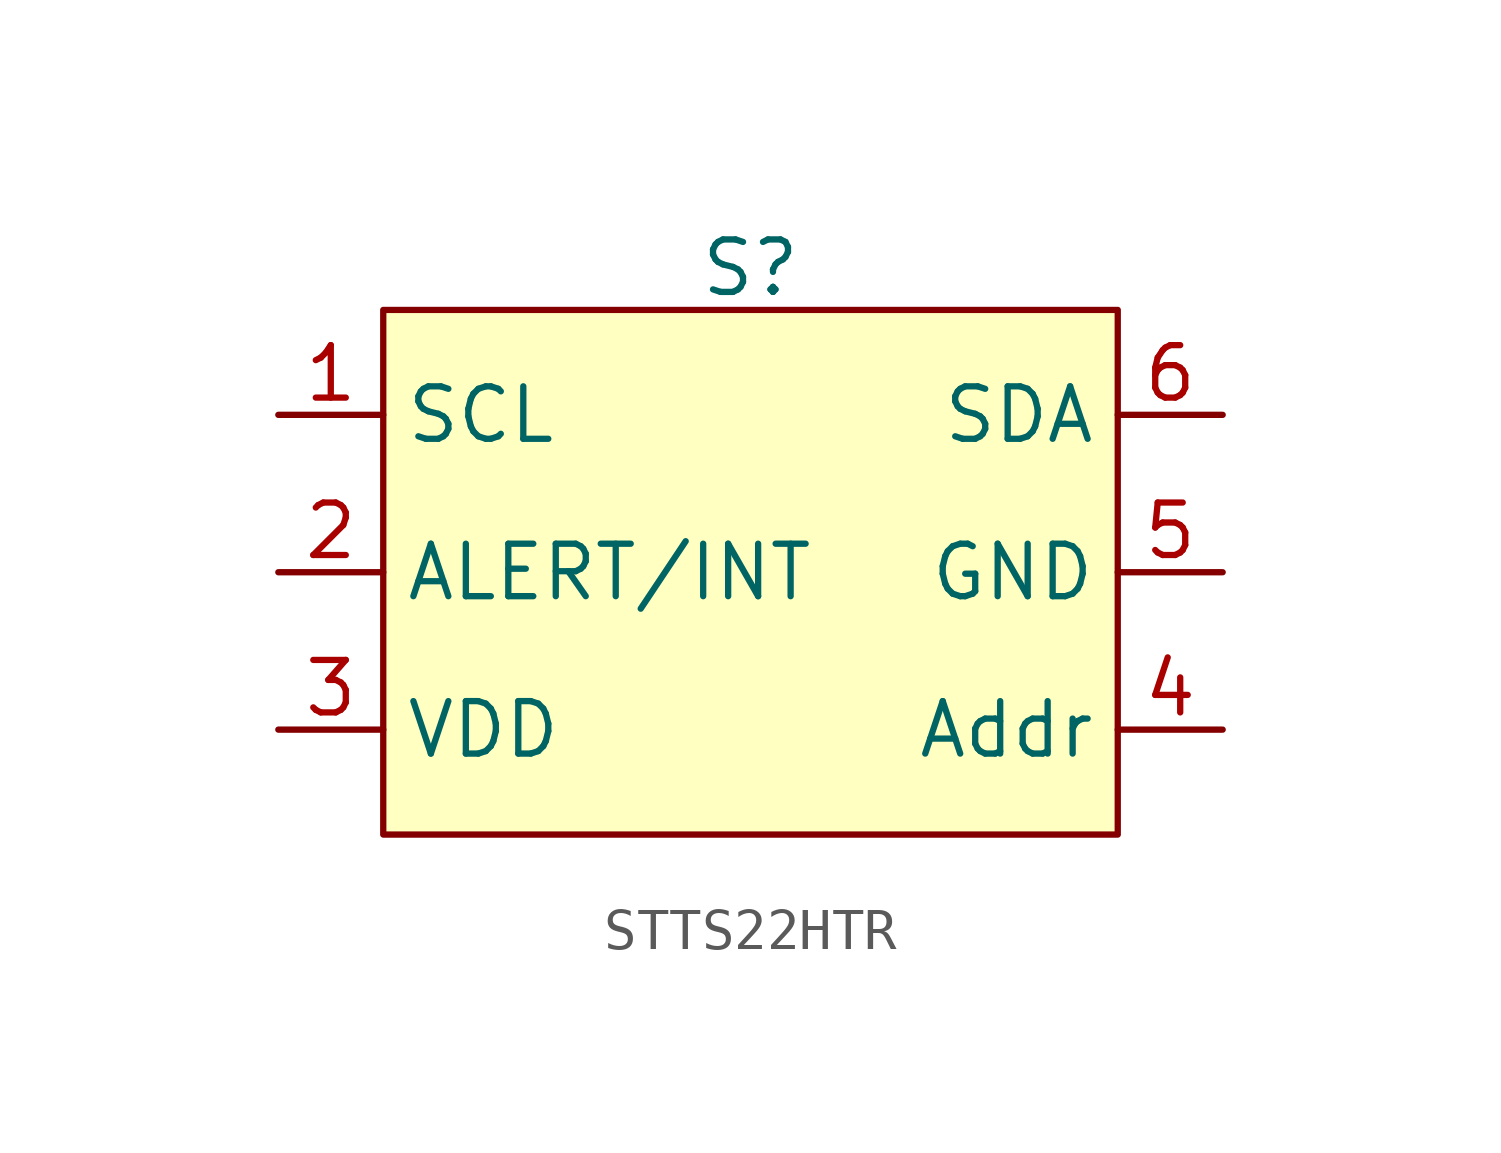
<source format=kicad_sym>
(kicad_symbol_lib
  (version 20231120)
  (generator "kicad_symbol_editor")
  (generator_version "8.0")
  (symbol "STTS22HTR"
    (property "Reference" "S"
      (at 0 7.366 0)
      (effects (font (size 1.27 1.27))))
    (property "Value" ""
      (at 0 0 0)
      (effects (font (size 1.27 1.27))))
    (symbol "STTS22HTR_1_1"
      (rectangle (start -8.89 6.35) (end 8.89 -6.35) (stroke (width 0) (type default)) (fill (type background)))
      (pin input line (at -11.43 3.81 0) (length 2.54) (name "SCL" (effects (font (size 1.27 1.27)))) (number "1" (effects (font (size 1.27 1.27)))))
      (pin input line (at -11.43 0 0) (length 2.54) (name "ALERT/INT" (effects (font (size 1.27 1.27)))) (number "2" (effects (font (size 1.27 1.27)))))
      (pin power_in line (at -11.43 -3.81 0) (length 2.54) (name "VDD" (effects (font (size 1.27 1.27)))) (number "3" (effects (font (size 1.27 1.27)))))
      (pin input line (at 11.43 -3.81 180) (length 2.54) (name "Addr" (effects (font (size 1.27 1.27)))) (number "4" (effects (font (size 1.27 1.27)))))
      (pin power_in line (at 11.43 0 180) (length 2.54) (name "GND" (effects (font (size 1.27 1.27)))) (number "5" (effects (font (size 1.27 1.27)))))
      (pin input line (at 11.43 3.81 180) (length 2.54) (name "SDA" (effects (font (size 1.27 1.27)))) (number "6" (effects (font (size 1.27 1.27))))))))
</source>
